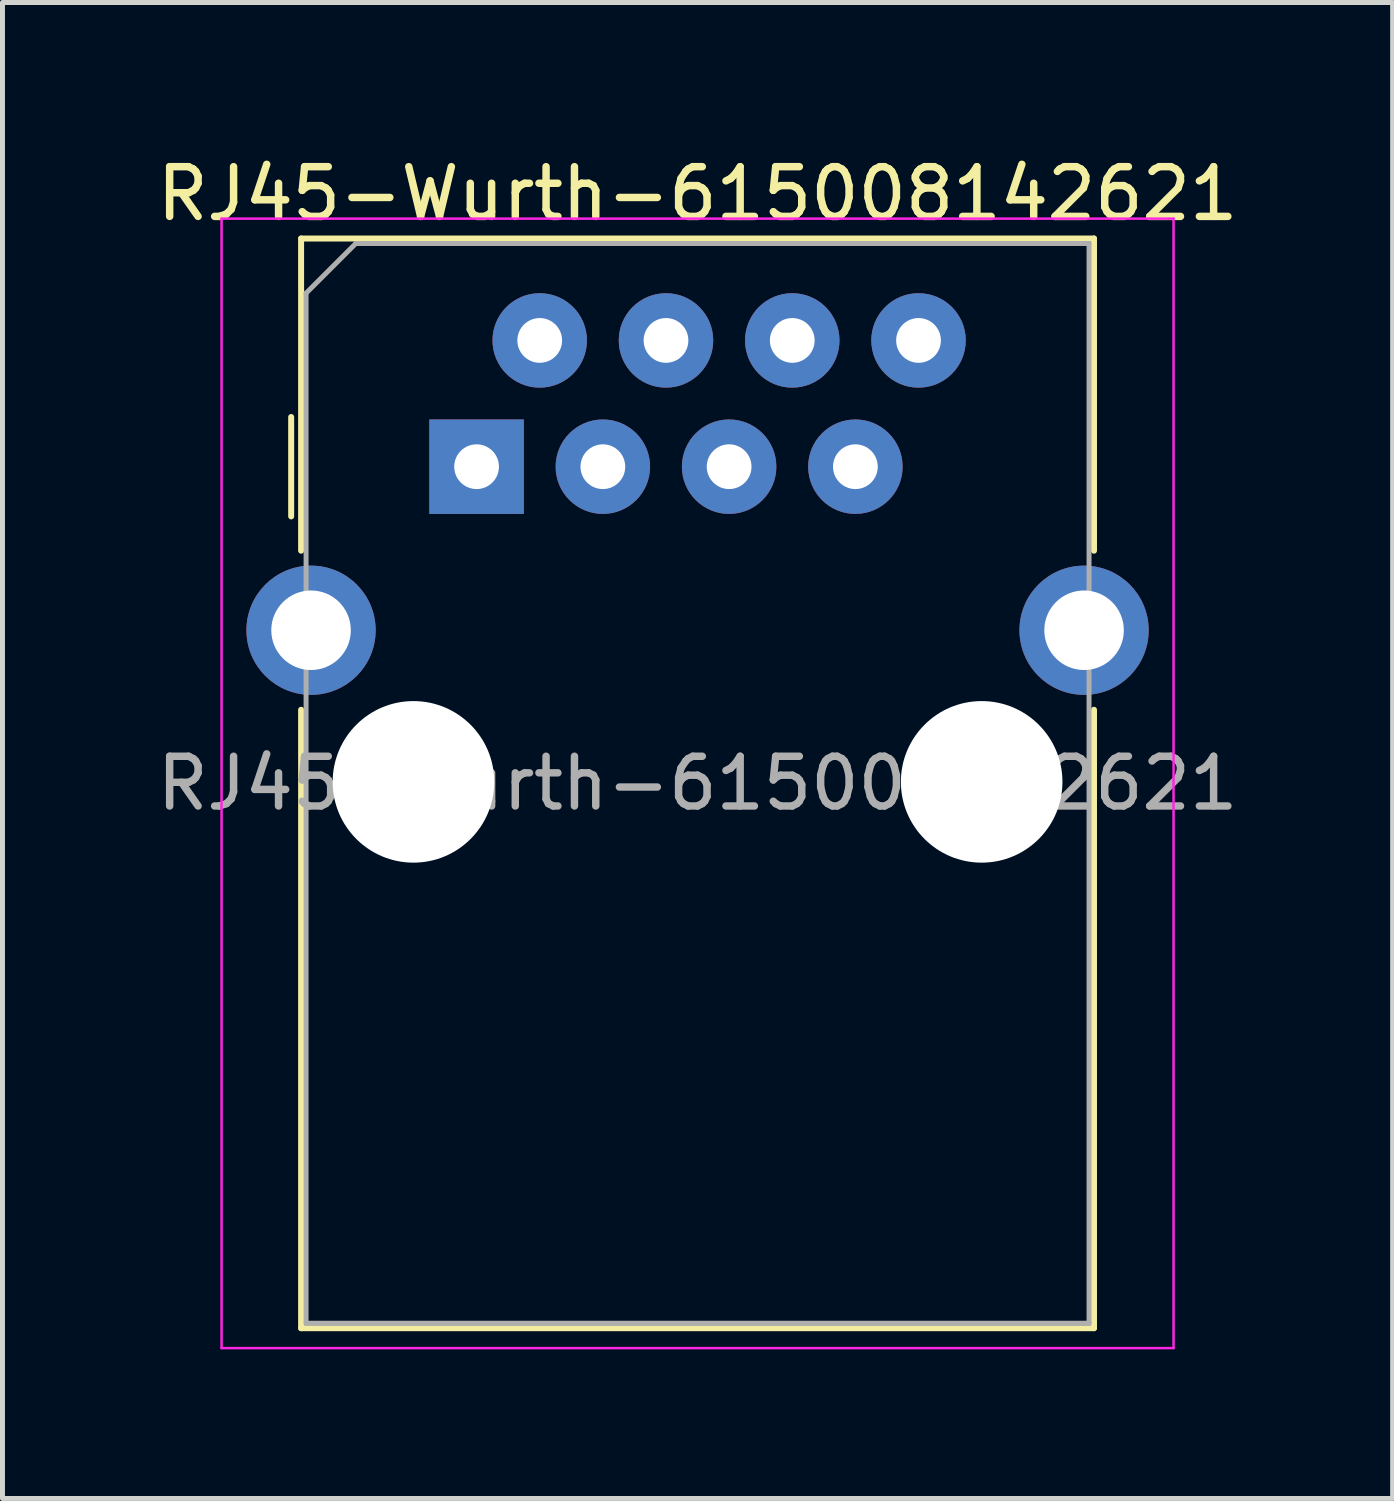
<source format=kicad_pcb>
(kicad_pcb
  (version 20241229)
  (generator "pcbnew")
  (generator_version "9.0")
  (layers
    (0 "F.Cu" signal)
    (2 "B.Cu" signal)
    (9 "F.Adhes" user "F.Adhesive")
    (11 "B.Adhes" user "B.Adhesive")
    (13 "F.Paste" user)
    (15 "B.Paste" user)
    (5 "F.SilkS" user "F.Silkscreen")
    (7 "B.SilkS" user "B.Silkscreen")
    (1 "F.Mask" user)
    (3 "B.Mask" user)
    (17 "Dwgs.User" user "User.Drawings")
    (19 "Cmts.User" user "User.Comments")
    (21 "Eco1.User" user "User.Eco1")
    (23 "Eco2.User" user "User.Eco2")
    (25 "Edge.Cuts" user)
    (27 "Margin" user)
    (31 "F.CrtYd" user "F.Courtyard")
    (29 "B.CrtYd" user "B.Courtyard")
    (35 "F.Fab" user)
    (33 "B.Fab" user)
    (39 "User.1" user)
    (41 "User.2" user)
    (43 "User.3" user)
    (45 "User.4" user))
  (footprint "RJ45-Wurth-615008142621"
    (layer "F.Cu")
    (at 6.537 6.338)
    (property "Reference" "RJ45-Wurth-615008142621" (at 4.445 -5.49 0) (layer "F.SilkS") (effects (font (size 1 1) (thickness 0.15))))
    (attr through_hole)
    (fp_line (start -3.73 -1) (end -3.73 1) (stroke (width 0.12) (type solid)) (layer "F.SilkS"))
    (fp_line (start -3.53 -4.59) (end 12.42 -4.59) (stroke (width 0.12) (type solid)) (layer "F.SilkS"))
    (fp_line (start -3.53 1.69) (end -3.53 -4.59) (stroke (width 0.12) (type solid)) (layer "F.SilkS"))
    (fp_line (start -3.53 17.33) (end -3.53 4.89) (stroke (width 0.12) (type solid)) (layer "F.SilkS"))
    (fp_line (start 12.42 -4.59) (end 12.42 1.69) (stroke (width 0.12) (type solid)) (layer "F.SilkS"))
    (fp_line (start 12.42 4.89) (end 12.42 17.33) (stroke (width 0.12) (type solid)) (layer "F.SilkS"))
    (fp_line (start 12.42 17.33) (end -3.53 17.33) (stroke (width 0.12) (type solid)) (layer "F.SilkS"))
    (fp_line (start -5.13 -4.99) (end -5.13 17.73) (stroke (width 0.05) (type solid)) (layer "F.CrtYd"))
    (fp_line (start -5.13 17.73) (end 14.02 17.73) (stroke (width 0.05) (type solid)) (layer "F.CrtYd"))
    (fp_line (start 14.02 -4.99) (end -5.13 -4.99) (stroke (width 0.05) (type solid)) (layer "F.CrtYd"))
    (fp_line (start 14.02 17.73) (end 14.02 -4.99) (stroke (width 0.05) (type solid)) (layer "F.CrtYd"))
    (fp_line (start -3.43 -3.49) (end -2.43 -4.49) (stroke (width 0.1) (type solid)) (layer "F.Fab"))
    (fp_line (start -3.43 17.23) (end -3.43 -3.49) (stroke (width 0.1) (type solid)) (layer "F.Fab"))
    (fp_line (start -2.43 -4.49) (end 12.32 -4.49) (stroke (width 0.1) (type solid)) (layer "F.Fab"))
    (fp_line (start 12.32 -4.49) (end 12.32 17.23) (stroke (width 0.1) (type solid)) (layer "F.Fab"))
    (fp_line (start 12.32 17.23) (end -3.43 17.23) (stroke (width 0.1) (type solid)) (layer "F.Fab"))
    (fp_text user "${REFERENCE}" (at 4.445 6.37 0) (layer "F.Fab") (effects (font (size 1 1) (thickness 0.15))))
    (pad "" np_thru_hole circle (at -1.27 6.34) (size 3.25 3.25) (drill 3.25) (layers "*.Cu" "*.Mask"))
    (pad "" np_thru_hole circle (at 10.16 6.34) (size 3.25 3.25) (drill 3.25) (layers "*.Cu" "*.Mask"))
    (pad "1" thru_hole rect (at 0 0) (size 1.9 1.9) (drill 0.9) (layers "*.Cu" "*.Mask"))
    (pad "2" thru_hole circle (at 1.27 -2.54) (size 1.9 1.9) (drill 0.9) (layers "*.Cu" "*.Mask"))
    (pad "3" thru_hole circle (at 2.54 0) (size 1.9 1.9) (drill 0.9) (layers "*.Cu" "*.Mask"))
    (pad "4" thru_hole circle (at 3.81 -2.54) (size 1.9 1.9) (drill 0.9) (layers "*.Cu" "*.Mask"))
    (pad "5" thru_hole circle (at 5.08 0) (size 1.9 1.9) (drill 0.9) (layers "*.Cu" "*.Mask"))
    (pad "6" thru_hole circle (at 6.35 -2.54) (size 1.9 1.9) (drill 0.9) (layers "*.Cu" "*.Mask"))
    (pad "7" thru_hole circle (at 7.62 0) (size 1.9 1.9) (drill 0.9) (layers "*.Cu" "*.Mask"))
    (pad "8" thru_hole circle (at 8.89 -2.54) (size 1.9 1.9) (drill 0.9) (layers "*.Cu" "*.Mask"))
    (pad "SH" thru_hole circle (at -3.33 3.29) (size 2.6 2.6) (drill 1.6) (layers "*.Cu" "*.Mask"))
    (pad "SH" thru_hole circle (at 12.22 3.29) (size 2.6 2.6) (drill 1.6) (layers "*.Cu" "*.Mask")))
  (gr_rect
    (start -3 -3)
    (end 24.964 27.093)
    (stroke (width 0.1) (type default))
    (fill no)
    (layer "Edge.Cuts")))
</source>
